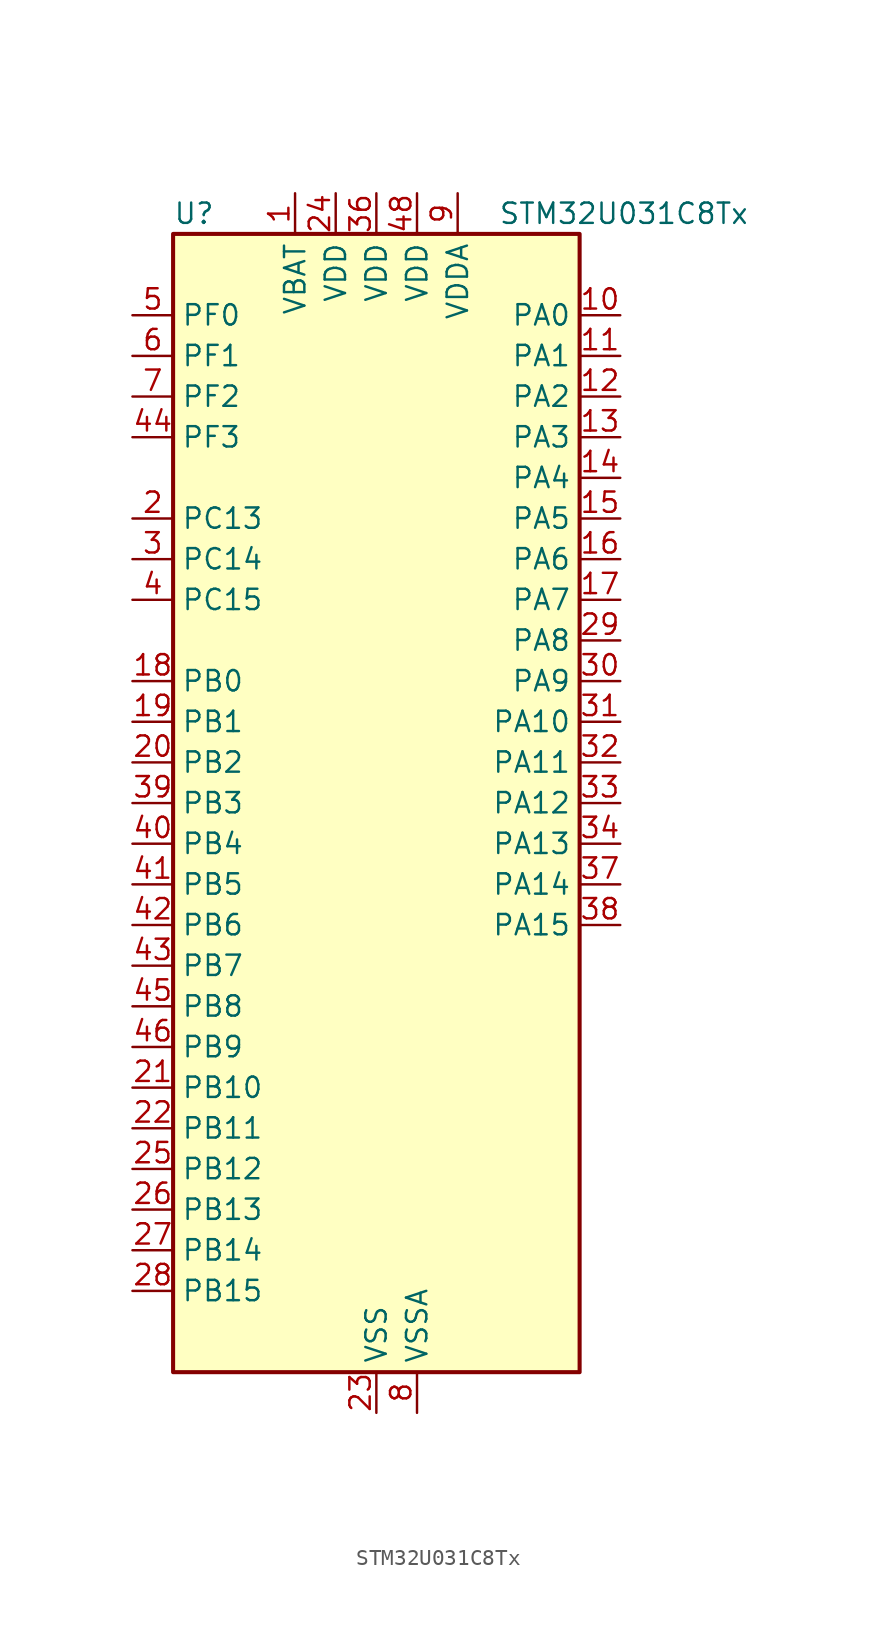
<source format=kicad_sym>
(kicad_symbol_lib
  (version 20241209)
  (generator "kicad_symbol_editor")
  (generator_version "9.0")
  (symbol "STM32U031C8Tx"
    (property "Reference" "U"
      (at -12.7 36.83 0)
      (effects (font (size 1.27 1.27)) (justify left)))
    (property "Value" "STM32U031C8Tx"
      (at 7.62 36.83 0)
      (effects (font (size 1.27 1.27)) (justify left)))
    (symbol "STM32U031C8Tx_0_1"
      (rectangle (start -12.7 -35.56) (end 12.7 35.56) (stroke (width 0.254) (type default)) (fill (type background))))
    (symbol "STM32U031C8Tx_1_1"
      (pin bidirectional line (at -15.24 30.48 0) (length 2.54) (name "PF0" (effects (font (size 1.27 1.27)))) (number "5" (effects (font (size 1.27 1.27)))) (alternate "RCC_OSC_IN" bidirectional line))
      (pin bidirectional line (at -15.24 27.94 0) (length 2.54) (name "PF1" (effects (font (size 1.27 1.27)))) (number "6" (effects (font (size 1.27 1.27)))) (alternate "RCC_OSC_EN" bidirectional line) (alternate "RCC_OSC_OUT" bidirectional line))
      (pin bidirectional line (at -15.24 25.4 0) (length 2.54) (name "PF2" (effects (font (size 1.27 1.27)))) (number "7" (effects (font (size 1.27 1.27)))) (alternate "RCC_MCO" bidirectional line))
      (pin bidirectional line (at -15.24 22.86 0) (length 2.54) (name "PF3" (effects (font (size 1.27 1.27)))) (number "44" (effects (font (size 1.27 1.27)))))
      (pin bidirectional line (at -15.24 17.78 0) (length 2.54) (name "PC13" (effects (font (size 1.27 1.27)))) (number "2" (effects (font (size 1.27 1.27)))) (alternate "LPTIM1_CH3" bidirectional line) (alternate "PWR_WKUP2" bidirectional line) (alternate "RTC_OUT1" bidirectional line) (alternate "RTC_TS" bidirectional line) (alternate "TAMP_IN1" bidirectional line))
      (pin bidirectional line (at -15.24 15.24 0) (length 2.54) (name "PC14" (effects (font (size 1.27 1.27)))) (number "3" (effects (font (size 1.27 1.27)))) (alternate "RCC_OSC32_IN" bidirectional line))
      (pin bidirectional line (at -15.24 12.7 0) (length 2.54) (name "PC15" (effects (font (size 1.27 1.27)))) (number "4" (effects (font (size 1.27 1.27)))) (alternate "RCC_OSC32_EN" bidirectional line) (alternate "RCC_OSC32_OUT" bidirectional line) (alternate "RCC_OSC_EN" bidirectional line))
      (pin bidirectional line (at -15.24 7.62 0) (length 2.54) (name "PB0" (effects (font (size 1.27 1.27)))) (number "18" (effects (font (size 1.27 1.27)))) (alternate "ADC1_IN17" bidirectional line) (alternate "COMP1_OUT" bidirectional line) (alternate "LPUART2_CTS" bidirectional line) (alternate "SPI1_NSS" bidirectional line) (alternate "TIM1_CH2N" bidirectional line) (alternate "TIM3_CH3" bidirectional line) (alternate "TSC_G5_IO2" bidirectional line) (alternate "USART3_CK" bidirectional line))
      (pin bidirectional line (at -15.24 5.08 0) (length 2.54) (name "PB1" (effects (font (size 1.27 1.27)))) (number "19" (effects (font (size 1.27 1.27)))) (alternate "ADC1_IN18" bidirectional line) (alternate "COMP1_INM" bidirectional line) (alternate "LPTIM2_IN1" bidirectional line) (alternate "LPUART1_DE" bidirectional line) (alternate "LPUART1_RTS" bidirectional line) (alternate "LPUART2_DE" bidirectional line) (alternate "LPUART2_RTS" bidirectional line) (alternate "TIM1_CH3N" bidirectional line) (alternate "TIM3_CH4" bidirectional line) (alternate "TSC_SYNC" bidirectional line) (alternate "USART3_DE" bidirectional line) (alternate "USART3_RTS" bidirectional line))
      (pin bidirectional line (at -15.24 2.54 0) (length 2.54) (name "PB2" (effects (font (size 1.27 1.27)))) (number "20" (effects (font (size 1.27 1.27)))) (alternate "COMP1_INP" bidirectional line) (alternate "LPTIM1_CH1" bidirectional line) (alternate "RTC_OUT2" bidirectional line))
      (pin bidirectional line (at -15.24 0 0) (length 2.54) (name "PB3" (effects (font (size 1.27 1.27)))) (number "39" (effects (font (size 1.27 1.27)))) (alternate "DEBUG_JTDO-SWO" bidirectional line) (alternate "I2C2_SCL" bidirectional line) (alternate "I2C3_SCL" bidirectional line) (alternate "LPTIM1_CH3" bidirectional line) (alternate "SPI1_SCK" bidirectional line) (alternate "TIM2_CH2" bidirectional line) (alternate "USART1_DE" bidirectional line) (alternate "USART1_RTS" bidirectional line))
      (pin bidirectional line (at -15.24 -2.54 0) (length 2.54) (name "PB4" (effects (font (size 1.27 1.27)))) (number "40" (effects (font (size 1.27 1.27)))) (alternate "I2C2_SDA" bidirectional line) (alternate "I2C3_SDA" bidirectional line) (alternate "LPTIM1_CH4" bidirectional line) (alternate "SPI1_MISO" bidirectional line) (alternate "TIM3_CH1" bidirectional line) (alternate "TSC_G2_IO1" bidirectional line) (alternate "USART1_CTS" bidirectional line))
      (pin bidirectional line (at -15.24 -5.08 0) (length 2.54) (name "PB5" (effects (font (size 1.27 1.27)))) (number "41" (effects (font (size 1.27 1.27)))) (alternate "LPTIM1_IN1" bidirectional line) (alternate "SPI1_MOSI" bidirectional line) (alternate "TIM16_BKIN" bidirectional line) (alternate "TIM3_CH2" bidirectional line) (alternate "TSC_G2_IO2" bidirectional line) (alternate "USART1_CK" bidirectional line))
      (pin bidirectional line (at -15.24 -7.62 0) (length 2.54) (name "PB6" (effects (font (size 1.27 1.27)))) (number "42" (effects (font (size 1.27 1.27)))) (alternate "I2C1_SCL" bidirectional line) (alternate "I2C2_SCL" bidirectional line) (alternate "LPTIM1_ETR" bidirectional line) (alternate "LPUART2_TX" bidirectional line) (alternate "TIM16_CH1N" bidirectional line) (alternate "TSC_G2_IO3" bidirectional line) (alternate "USART1_TX" bidirectional line))
      (pin bidirectional line (at -15.24 -10.16 0) (length 2.54) (name "PB7" (effects (font (size 1.27 1.27)))) (number "43" (effects (font (size 1.27 1.27)))) (alternate "I2C1_SDA" bidirectional line) (alternate "I2C2_SDA" bidirectional line) (alternate "LPTIM1_IN2" bidirectional line) (alternate "LPUART2_RX" bidirectional line) (alternate "TSC_G2_IO4" bidirectional line) (alternate "USART1_RX" bidirectional line) (alternate "USART4_CTS" bidirectional line))
      (pin bidirectional line (at -15.24 -12.7 0) (length 2.54) (name "PB8" (effects (font (size 1.27 1.27)))) (number "45" (effects (font (size 1.27 1.27)))) (alternate "I2C1_SCL" bidirectional line) (alternate "I2C2_SCL" bidirectional line) (alternate "LPTIM1_IN2" bidirectional line) (alternate "TIM16_CH1" bidirectional line) (alternate "USART3_TX" bidirectional line))
      (pin bidirectional line (at -15.24 -15.24 0) (length 2.54) (name "PB9" (effects (font (size 1.27 1.27)))) (number "46" (effects (font (size 1.27 1.27)))) (alternate "DAC1_EXTI9" bidirectional line) (alternate "I2C1_SDA" bidirectional line) (alternate "I2C2_SDA" bidirectional line) (alternate "IR_OUT" bidirectional line) (alternate "LPTIM1_CH4" bidirectional line) (alternate "SPI2_NSS" bidirectional line) (alternate "USART3_RX" bidirectional line))
      (pin bidirectional line (at -15.24 -17.78 0) (length 2.54) (name "PB10" (effects (font (size 1.27 1.27)))) (number "21" (effects (font (size 1.27 1.27)))) (alternate "COMP1_OUT" bidirectional line) (alternate "I2C2_SCL" bidirectional line) (alternate "LPUART1_RX" bidirectional line) (alternate "LPUART2_RX" bidirectional line) (alternate "SPI2_SCK" bidirectional line) (alternate "TIM2_CH3" bidirectional line) (alternate "TSC_G5_IO3" bidirectional line) (alternate "USART3_TX" bidirectional line))
      (pin bidirectional line (at -15.24 -20.32 0) (length 2.54) (name "PB11" (effects (font (size 1.27 1.27)))) (number "22" (effects (font (size 1.27 1.27)))) (alternate "ADC1_EXTI11" bidirectional line) (alternate "I2C2_SDA" bidirectional line) (alternate "LPUART1_TX" bidirectional line) (alternate "LPUART2_TX" bidirectional line) (alternate "TIM2_CH4" bidirectional line) (alternate "TSC_G5_IO4" bidirectional line) (alternate "USART3_RX" bidirectional line))
      (pin bidirectional line (at -15.24 -22.86 0) (length 2.54) (name "PB12" (effects (font (size 1.27 1.27)))) (number "25" (effects (font (size 1.27 1.27)))) (alternate "LPUART1_DE" bidirectional line) (alternate "LPUART1_RTS" bidirectional line) (alternate "SPI2_NSS" bidirectional line) (alternate "TIM15_BKIN" bidirectional line) (alternate "TIM1_BKIN" bidirectional line) (alternate "TSC_G1_IO1" bidirectional line) (alternate "USART3_CK" bidirectional line))
      (pin bidirectional line (at -15.24 -25.4 0) (length 2.54) (name "PB13" (effects (font (size 1.27 1.27)))) (number "26" (effects (font (size 1.27 1.27)))) (alternate "I2C2_SCL" bidirectional line) (alternate "LPUART1_CTS" bidirectional line) (alternate "SPI2_SCK" bidirectional line) (alternate "TIM15_CH1N" bidirectional line) (alternate "TIM1_CH1N" bidirectional line) (alternate "TSC_G1_IO2" bidirectional line) (alternate "USART3_CTS" bidirectional line))
      (pin bidirectional line (at -15.24 -27.94 0) (length 2.54) (name "PB14" (effects (font (size 1.27 1.27)))) (number "27" (effects (font (size 1.27 1.27)))) (alternate "I2C2_SDA" bidirectional line) (alternate "SPI2_MISO" bidirectional line) (alternate "TIM15_CH1" bidirectional line) (alternate "TIM1_CH2N" bidirectional line) (alternate "TSC_G1_IO3" bidirectional line) (alternate "USART3_DE" bidirectional line) (alternate "USART3_RTS" bidirectional line))
      (pin bidirectional line (at -15.24 -30.48 0) (length 2.54) (name "PB15" (effects (font (size 1.27 1.27)))) (number "28" (effects (font (size 1.27 1.27)))) (alternate "PWR_WKUP7" bidirectional line) (alternate "RTC_REFIN" bidirectional line) (alternate "SPI2_MOSI" bidirectional line) (alternate "TAMP_IN3" bidirectional line) (alternate "TIM15_CH2" bidirectional line) (alternate "TIM1_CH3N" bidirectional line) (alternate "TSC_G1_IO4" bidirectional line))
      (pin power_in line (at -5.08 38.1 270) (length 2.54) (name "VBAT" (effects (font (size 1.27 1.27)))) (number "1" (effects (font (size 1.27 1.27)))))
      (pin power_in line (at -2.54 38.1 270) (length 2.54) (name "VDD" (effects (font (size 1.27 1.27)))) (number "24" (effects (font (size 1.27 1.27)))))
      (pin power_in line (at 0 38.1 270) (length 2.54) (name "VDD" (effects (font (size 1.27 1.27)))) (number "36" (effects (font (size 1.27 1.27)))))
      (pin power_in line (at 0 -38.1 90) (length 2.54) (name "VSS" (effects (font (size 1.27 1.27)))) (number "23" (effects (font (size 1.27 1.27)))))
      (pin passive line (at 0 -38.1 90) (length 2.54) (hide yes) (name "VSS" (effects (font (size 1.27 1.27)))) (number "35" (effects (font (size 1.27 1.27)))))
      (pin passive line (at 0 -38.1 90) (length 2.54) (hide yes) (name "VSS" (effects (font (size 1.27 1.27)))) (number "47" (effects (font (size 1.27 1.27)))))
      (pin power_in line (at 2.54 38.1 270) (length 2.54) (name "VDD" (effects (font (size 1.27 1.27)))) (number "48" (effects (font (size 1.27 1.27)))))
      (pin power_in line (at 2.54 -38.1 90) (length 2.54) (name "VSSA" (effects (font (size 1.27 1.27)))) (number "8" (effects (font (size 1.27 1.27)))))
      (pin power_in line (at 5.08 38.1 270) (length 2.54) (name "VDDA" (effects (font (size 1.27 1.27)))) (number "9" (effects (font (size 1.27 1.27)))))
      (pin bidirectional line (at 15.24 30.48 180) (length 2.54) (name "PA0" (effects (font (size 1.27 1.27)))) (number "10" (effects (font (size 1.27 1.27)))) (alternate "ADC1_IN4" bidirectional line) (alternate "COMP1_INM" bidirectional line) (alternate "COMP1_OUT" bidirectional line) (alternate "OPAMP1_VINP" bidirectional line) (alternate "PWR_WKUP1" bidirectional line) (alternate "TAMP_IN2" bidirectional line) (alternate "TIM2_CH1" bidirectional line) (alternate "TIM2_ETR" bidirectional line) (alternate "USART2_CTS" bidirectional line) (alternate "USART4_TX" bidirectional line))
      (pin bidirectional line (at 15.24 27.94 180) (length 2.54) (name "PA1" (effects (font (size 1.27 1.27)))) (number "11" (effects (font (size 1.27 1.27)))) (alternate "ADC1_IN5" bidirectional line) (alternate "COMP1_INP" bidirectional line) (alternate "LPTIM1_CH2" bidirectional line) (alternate "OPAMP1_VINM" bidirectional line) (alternate "PWR_WKUP3" bidirectional line) (alternate "SPI1_SCK" bidirectional line) (alternate "SPI2_SCK" bidirectional line) (alternate "TAMP_IN5" bidirectional line) (alternate "TIM15_CH1N" bidirectional line) (alternate "TIM2_CH2" bidirectional line) (alternate "USART2_DE" bidirectional line) (alternate "USART2_RTS" bidirectional line) (alternate "USART4_RX" bidirectional line))
      (pin bidirectional line (at 15.24 25.4 180) (length 2.54) (name "PA2" (effects (font (size 1.27 1.27)))) (number "12" (effects (font (size 1.27 1.27)))) (alternate "ADC1_IN6" bidirectional line) (alternate "LPUART1_TX" bidirectional line) (alternate "PWR_WKUP4" bidirectional line) (alternate "RCC_LSCO" bidirectional line) (alternate "TIM15_CH1" bidirectional line) (alternate "TIM2_CH3" bidirectional line) (alternate "USART2_TX" bidirectional line))
      (pin bidirectional line (at 15.24 22.86 180) (length 2.54) (name "PA3" (effects (font (size 1.27 1.27)))) (number "13" (effects (font (size 1.27 1.27)))) (alternate "ADC1_IN7" bidirectional line) (alternate "LPUART1_RX" bidirectional line) (alternate "OPAMP1_VOUT" bidirectional line) (alternate "TIM15_CH2" bidirectional line) (alternate "TIM2_CH4" bidirectional line) (alternate "USART2_RX" bidirectional line))
      (pin bidirectional line (at 15.24 20.32 180) (length 2.54) (name "PA4" (effects (font (size 1.27 1.27)))) (number "14" (effects (font (size 1.27 1.27)))) (alternate "ADC1_IN8" bidirectional line) (alternate "COMP1_INM" bidirectional line) (alternate "DAC1_OUT1" bidirectional line) (alternate "LPTIM2_CH1" bidirectional line) (alternate "SPI1_NSS" bidirectional line) (alternate "USART2_CK" bidirectional line))
      (pin bidirectional line (at 15.24 17.78 180) (length 2.54) (name "PA5" (effects (font (size 1.27 1.27)))) (number "15" (effects (font (size 1.27 1.27)))) (alternate "ADC1_IN9" bidirectional line) (alternate "COMP1_INM" bidirectional line) (alternate "LPTIM2_ETR" bidirectional line) (alternate "SPI1_SCK" bidirectional line) (alternate "TIM2_CH1" bidirectional line) (alternate "TIM2_ETR" bidirectional line) (alternate "USART3_TX" bidirectional line))
      (pin bidirectional line (at 15.24 15.24 180) (length 2.54) (name "PA6" (effects (font (size 1.27 1.27)))) (number "16" (effects (font (size 1.27 1.27)))) (alternate "ADC1_IN10" bidirectional line) (alternate "COMP1_OUT" bidirectional line) (alternate "I2C2_SDA" bidirectional line) (alternate "I2C3_SDA" bidirectional line) (alternate "LPUART1_CTS" bidirectional line) (alternate "SPI1_MISO" bidirectional line) (alternate "TIM16_CH1" bidirectional line) (alternate "TIM1_BKIN" bidirectional line) (alternate "TIM3_CH1" bidirectional line) (alternate "TSC_G5_IO1" bidirectional line) (alternate "USART3_CTS" bidirectional line))
      (pin bidirectional line (at 15.24 12.7 180) (length 2.54) (name "PA7" (effects (font (size 1.27 1.27)))) (number "17" (effects (font (size 1.27 1.27)))) (alternate "ADC1_IN14" bidirectional line) (alternate "I2C2_SCL" bidirectional line) (alternate "I2C3_SCL" bidirectional line) (alternate "LPTIM2_CH2" bidirectional line) (alternate "SPI1_MOSI" bidirectional line) (alternate "TIM1_CH1N" bidirectional line) (alternate "TIM3_CH2" bidirectional line) (alternate "USART3_RX" bidirectional line))
      (pin bidirectional line (at 15.24 10.16 180) (length 2.54) (name "PA8" (effects (font (size 1.27 1.27)))) (number "29" (effects (font (size 1.27 1.27)))) (alternate "LPTIM2_CH1" bidirectional line) (alternate "RCC_MCO" bidirectional line) (alternate "RCC_MCO2" bidirectional line) (alternate "TIM1_CH1" bidirectional line) (alternate "TSC_G7_IO1" bidirectional line) (alternate "USART1_CK" bidirectional line))
      (pin bidirectional line (at 15.24 7.62 180) (length 2.54) (name "PA9" (effects (font (size 1.27 1.27)))) (number "30" (effects (font (size 1.27 1.27)))) (alternate "COMP1_INP" bidirectional line) (alternate "DAC1_EXTI9" bidirectional line) (alternate "I2C1_SCL" bidirectional line) (alternate "I2C2_SCL" bidirectional line) (alternate "RCC_MCO" bidirectional line) (alternate "TIM15_BKIN" bidirectional line) (alternate "TIM1_CH2" bidirectional line) (alternate "TSC_G7_IO2" bidirectional line) (alternate "USART1_TX" bidirectional line))
      (pin bidirectional line (at 15.24 5.08 180) (length 2.54) (name "PA10" (effects (font (size 1.27 1.27)))) (number "31" (effects (font (size 1.27 1.27)))) (alternate "I2C1_SDA" bidirectional line) (alternate "I2C2_SDA" bidirectional line) (alternate "RCC_MCO2" bidirectional line) (alternate "SPI2_NSS" bidirectional line) (alternate "TIM1_CH3" bidirectional line) (alternate "TSC_G7_IO3" bidirectional line) (alternate "USART1_RX" bidirectional line))
      (pin bidirectional line (at 15.24 2.54 180) (length 2.54) (name "PA11" (effects (font (size 1.27 1.27)))) (number "32" (effects (font (size 1.27 1.27)))) (alternate "ADC1_EXTI11" bidirectional line) (alternate "COMP1_OUT" bidirectional line) (alternate "SPI1_MISO" bidirectional line) (alternate "SPI2_MISO" bidirectional line) (alternate "TIM1_BKIN2" bidirectional line) (alternate "TIM1_CH4" bidirectional line) (alternate "USART1_CTS" bidirectional line))
      (pin bidirectional line (at 15.24 0 180) (length 2.54) (name "PA12" (effects (font (size 1.27 1.27)))) (number "33" (effects (font (size 1.27 1.27)))) (alternate "SPI1_MOSI" bidirectional line) (alternate "SPI2_MOSI" bidirectional line) (alternate "TIM1_ETR" bidirectional line) (alternate "USART1_DE" bidirectional line) (alternate "USART1_RTS" bidirectional line))
      (pin bidirectional line (at 15.24 -2.54 180) (length 2.54) (name "PA13" (effects (font (size 1.27 1.27)))) (number "34" (effects (font (size 1.27 1.27)))) (alternate "DEBUG_JTMS-SWDIO" bidirectional line) (alternate "IR_OUT" bidirectional line) (alternate "TSC_G7_IO4" bidirectional line))
      (pin bidirectional line (at 15.24 -5.08 180) (length 2.54) (name "PA14" (effects (font (size 1.27 1.27)))) (number "37" (effects (font (size 1.27 1.27)))) (alternate "DEBUG_JTCK-SWCLK" bidirectional line) (alternate "LPTIM1_CH1" bidirectional line) (alternate "TSC_G3_IO4" bidirectional line))
      (pin bidirectional line (at 15.24 -7.62 180) (length 2.54) (name "PA15" (effects (font (size 1.27 1.27)))) (number "38" (effects (font (size 1.27 1.27)))) (alternate "DEBUG_JTDI" bidirectional line) (alternate "SPI1_NSS" bidirectional line) (alternate "TIM2_CH1" bidirectional line) (alternate "TIM2_ETR" bidirectional line) (alternate "TSC_G3_IO1" bidirectional line) (alternate "USART2_RX" bidirectional line) (alternate "USART3_DE" bidirectional line) (alternate "USART3_RTS" bidirectional line) (alternate "USART4_DE" bidirectional line) (alternate "USART4_RTS" bidirectional line)))))
</source>
